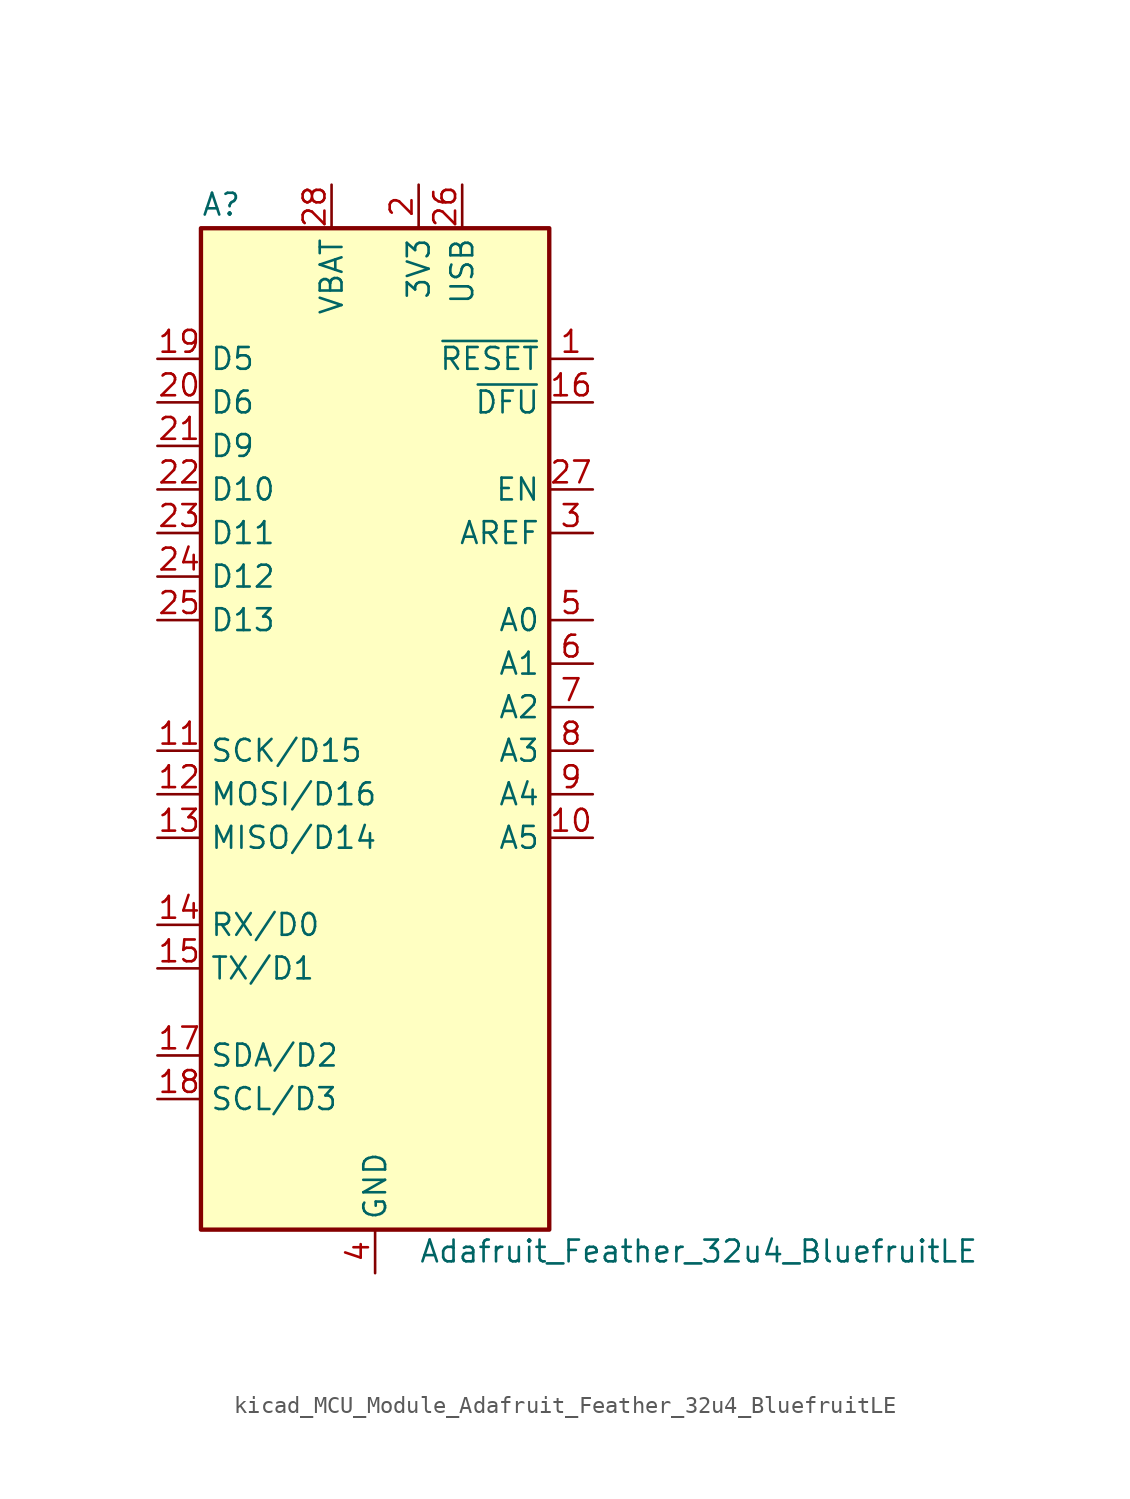
<source format=kicad_sym>
(kicad_symbol_lib
  (version 20220914)
  (generator kicad_symbol_editor)
  (symbol "kicad_MCU_Module_Adafruit_Feather_32u4_BluefruitLE"
    (property "Reference" "A"
      (at -10.16 28.575 0)
      (effects (font (size 1.27 1.27)) (justify left bottom)))
    (property "Value" "Adafruit_Feather_32u4_BluefruitLE"
      (at 2.54 -31.75 0)
      (effects (font (size 1.27 1.27)) (justify left)))
    (symbol "kicad_MCU_Module_Adafruit_Feather_32u4_BluefruitLE_0_1"
      (rectangle (start -10.16 27.94) (end 10.16 -30.48) (stroke (width 0.254) (type default)) (fill (type background))))
    (symbol "kicad_MCU_Module_Adafruit_Feather_32u4_BluefruitLE_1_1"
      (pin input line (at 12.7 20.32 180) (length 2.54) (name "~{RESET}" (effects (font (size 1.27 1.27)))) (number "1" (effects (font (size 1.27 1.27)))))
      (pin bidirectional line (at 12.7 -7.62 180) (length 2.54) (name "A5" (effects (font (size 1.27 1.27)))) (number "10" (effects (font (size 1.27 1.27)))))
      (pin bidirectional line (at -12.7 -2.54 0) (length 2.54) (name "SCK/D15" (effects (font (size 1.27 1.27)))) (number "11" (effects (font (size 1.27 1.27)))))
      (pin bidirectional line (at -12.7 -5.08 0) (length 2.54) (name "MOSI/D16" (effects (font (size 1.27 1.27)))) (number "12" (effects (font (size 1.27 1.27)))))
      (pin bidirectional line (at -12.7 -7.62 0) (length 2.54) (name "MISO/D14" (effects (font (size 1.27 1.27)))) (number "13" (effects (font (size 1.27 1.27)))))
      (pin bidirectional line (at -12.7 -12.7 0) (length 2.54) (name "RX/D0" (effects (font (size 1.27 1.27)))) (number "14" (effects (font (size 1.27 1.27)))))
      (pin bidirectional line (at -12.7 -15.24 0) (length 2.54) (name "TX/D1" (effects (font (size 1.27 1.27)))) (number "15" (effects (font (size 1.27 1.27)))))
      (pin input line (at 12.7 17.78 180) (length 2.54) (name "~{DFU}" (effects (font (size 1.27 1.27)))) (number "16" (effects (font (size 1.27 1.27)))))
      (pin bidirectional line (at -12.7 -20.32 0) (length 2.54) (name "SDA/D2" (effects (font (size 1.27 1.27)))) (number "17" (effects (font (size 1.27 1.27)))))
      (pin bidirectional line (at -12.7 -22.86 0) (length 2.54) (name "SCL/D3" (effects (font (size 1.27 1.27)))) (number "18" (effects (font (size 1.27 1.27)))))
      (pin bidirectional line (at -12.7 20.32 0) (length 2.54) (name "D5" (effects (font (size 1.27 1.27)))) (number "19" (effects (font (size 1.27 1.27)))))
      (pin power_in line (at 2.54 30.48 270) (length 2.54) (name "3V3" (effects (font (size 1.27 1.27)))) (number "2" (effects (font (size 1.27 1.27)))))
      (pin bidirectional line (at -12.7 17.78 0) (length 2.54) (name "D6" (effects (font (size 1.27 1.27)))) (number "20" (effects (font (size 1.27 1.27)))))
      (pin bidirectional line (at -12.7 15.24 0) (length 2.54) (name "D9" (effects (font (size 1.27 1.27)))) (number "21" (effects (font (size 1.27 1.27)))))
      (pin bidirectional line (at -12.7 12.7 0) (length 2.54) (name "D10" (effects (font (size 1.27 1.27)))) (number "22" (effects (font (size 1.27 1.27)))))
      (pin bidirectional line (at -12.7 10.16 0) (length 2.54) (name "D11" (effects (font (size 1.27 1.27)))) (number "23" (effects (font (size 1.27 1.27)))))
      (pin bidirectional line (at -12.7 7.62 0) (length 2.54) (name "D12" (effects (font (size 1.27 1.27)))) (number "24" (effects (font (size 1.27 1.27)))))
      (pin bidirectional line (at -12.7 5.08 0) (length 2.54) (name "D13" (effects (font (size 1.27 1.27)))) (number "25" (effects (font (size 1.27 1.27)))))
      (pin power_in line (at 5.08 30.48 270) (length 2.54) (name "USB" (effects (font (size 1.27 1.27)))) (number "26" (effects (font (size 1.27 1.27)))))
      (pin input line (at 12.7 12.7 180) (length 2.54) (name "EN" (effects (font (size 1.27 1.27)))) (number "27" (effects (font (size 1.27 1.27)))))
      (pin power_in line (at -2.54 30.48 270) (length 2.54) (name "VBAT" (effects (font (size 1.27 1.27)))) (number "28" (effects (font (size 1.27 1.27)))))
      (pin input line (at 12.7 10.16 180) (length 2.54) (name "AREF" (effects (font (size 1.27 1.27)))) (number "3" (effects (font (size 1.27 1.27)))))
      (pin power_in line (at 0 -33.02 90) (length 2.54) (name "GND" (effects (font (size 1.27 1.27)))) (number "4" (effects (font (size 1.27 1.27)))))
      (pin bidirectional line (at 12.7 5.08 180) (length 2.54) (name "A0" (effects (font (size 1.27 1.27)))) (number "5" (effects (font (size 1.27 1.27)))))
      (pin bidirectional line (at 12.7 2.54 180) (length 2.54) (name "A1" (effects (font (size 1.27 1.27)))) (number "6" (effects (font (size 1.27 1.27)))))
      (pin bidirectional line (at 12.7 0 180) (length 2.54) (name "A2" (effects (font (size 1.27 1.27)))) (number "7" (effects (font (size 1.27 1.27)))))
      (pin bidirectional line (at 12.7 -2.54 180) (length 2.54) (name "A3" (effects (font (size 1.27 1.27)))) (number "8" (effects (font (size 1.27 1.27)))))
      (pin bidirectional line (at 12.7 -5.08 180) (length 2.54) (name "A4" (effects (font (size 1.27 1.27)))) (number "9" (effects (font (size 1.27 1.27))))))))
</source>
